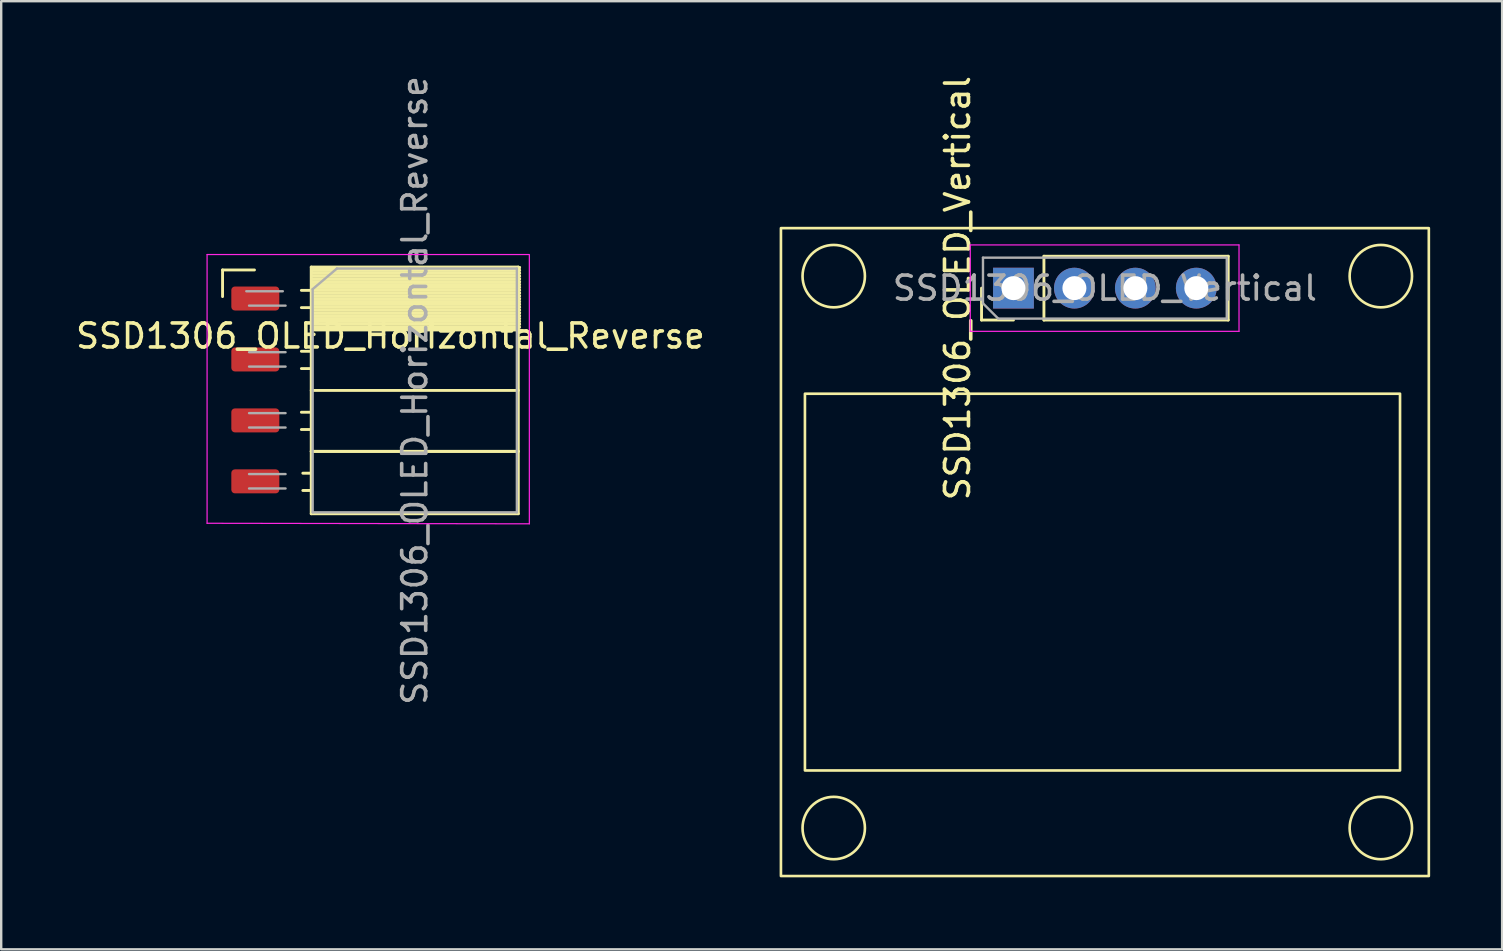
<source format=kicad_pcb>
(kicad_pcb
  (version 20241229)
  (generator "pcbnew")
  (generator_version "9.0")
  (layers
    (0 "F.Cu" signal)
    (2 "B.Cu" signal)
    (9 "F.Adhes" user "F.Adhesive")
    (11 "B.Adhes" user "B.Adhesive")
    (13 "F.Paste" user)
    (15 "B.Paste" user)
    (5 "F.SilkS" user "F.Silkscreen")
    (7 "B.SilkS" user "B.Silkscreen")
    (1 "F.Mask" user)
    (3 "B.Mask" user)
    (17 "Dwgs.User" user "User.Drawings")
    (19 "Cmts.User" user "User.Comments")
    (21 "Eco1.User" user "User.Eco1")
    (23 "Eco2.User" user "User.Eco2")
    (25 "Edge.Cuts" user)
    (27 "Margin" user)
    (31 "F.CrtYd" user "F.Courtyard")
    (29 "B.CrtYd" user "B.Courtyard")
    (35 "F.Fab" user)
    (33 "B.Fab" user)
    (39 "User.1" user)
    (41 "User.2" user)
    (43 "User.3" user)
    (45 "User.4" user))
  (footprint "SSD1306_OLED_Vertical"
    (layer "F.Cu")
    (at 42.995 8.958)
    (property "Reference" "SSD1306_OLED_Vertical" (at -6.14 0 90) (layer "F.SilkS") (effects (font (size 1 1) (thickness 0.15))))
    (attr through_hole)
    (fp_line (start -5.14 1.33) (end -5.14 0) (stroke (width 0.12) (type solid)) (layer "F.SilkS"))
    (fp_line (start -3.81 1.33) (end -5.14 1.33) (stroke (width 0.12) (type solid)) (layer "F.SilkS"))
    (fp_line (start -2.54 -1.33) (end 5.14 -1.33) (stroke (width 0.12) (type solid)) (layer "F.SilkS"))
    (fp_line (start -2.54 1.33) (end -2.54 -1.33) (stroke (width 0.12) (type solid)) (layer "F.SilkS"))
    (fp_line (start -2.54 1.33) (end 5.14 1.33) (stroke (width 0.12) (type solid)) (layer "F.SilkS"))
    (fp_line (start 5.14 1.33) (end 5.14 -1.33) (stroke (width 0.12) (type solid)) (layer "F.SilkS"))
    (fp_rect (start -13.5 -2.5) (end 13.5 24.5) (stroke (width 0.11) (type default)) (fill no) (layer "F.SilkS"))
    (fp_rect (start -12.5 4.4) (end 12.3 20.1) (stroke (width 0.11) (type default)) (fill no) (layer "F.SilkS"))
    (fp_circle (center -11.3 -0.5) (end -10.1 -1) (stroke (width 0.11) (type default)) (fill no) (layer "F.SilkS"))
    (fp_circle (center -11.3 22.5) (end -10.1 22) (stroke (width 0.11) (type default)) (fill no) (layer "F.SilkS"))
    (fp_circle (center 11.5 -0.5) (end 12.7 -1) (stroke (width 0.11) (type default)) (fill no) (layer "F.SilkS"))
    (fp_circle (center 11.5 22.5) (end 12.7 22) (stroke (width 0.11) (type default)) (fill no) (layer "F.SilkS"))
    (fp_line (start -5.61 -1.8) (end -5.61 1.8) (stroke (width 0.05) (type solid)) (layer "F.CrtYd"))
    (fp_line (start -5.61 1.8) (end 5.59 1.8) (stroke (width 0.05) (type solid)) (layer "F.CrtYd"))
    (fp_line (start 5.59 -1.8) (end -5.61 -1.8) (stroke (width 0.05) (type solid)) (layer "F.CrtYd"))
    (fp_line (start 5.59 1.8) (end 5.59 -1.8) (stroke (width 0.05) (type solid)) (layer "F.CrtYd"))
    (fp_line (start -5.08 -1.27) (end 5.08 -1.27) (stroke (width 0.1) (type solid)) (layer "F.Fab"))
    (fp_line (start -5.08 0.635) (end -5.08 -1.27) (stroke (width 0.1) (type solid)) (layer "F.Fab"))
    (fp_line (start -4.445 1.27) (end -5.08 0.635) (stroke (width 0.1) (type solid)) (layer "F.Fab"))
    (fp_line (start 5.08 -1.27) (end 5.08 1.27) (stroke (width 0.1) (type solid)) (layer "F.Fab"))
    (fp_line (start 5.08 1.27) (end -4.445 1.27) (stroke (width 0.1) (type solid)) (layer "F.Fab"))
    (fp_text user "${REFERENCE}" (at 0 0 180) (layer "F.Fab") (effects (font (size 1 1) (thickness 0.15))))
    (pad "1" thru_hole rect (at -3.81 0 90) (size 1.7 1.7) (drill 1) (layers "*.Cu" "*.Mask"))
    (pad "2" thru_hole oval (at -1.27 0 90) (size 1.7 1.7) (drill 1) (layers "*.Cu" "*.Mask"))
    (pad "3" thru_hole oval (at 1.27 0 90) (size 1.7 1.7) (drill 1) (layers "*.Cu" "*.Mask"))
    (pad "4" thru_hole oval (at 3.81 0 90) (size 1.7 1.7) (drill 1) (layers "*.Cu" "*.Mask")))
  (footprint "SSD1306_OLED_Horizontal_Reverse"
    (layer "F.Cu")
    (at 7.59 13.2)
    (property "Reference" "SSD1306_OLED_Horizontal_Reverse" (at 5.63 -2.247 0) (layer "F.SilkS") (effects (font (size 1 1) (thickness 0.15))))
    (attr through_hole)
    (fp_line (start -1.365 -5) (end -0.035 -5) (stroke (width 0.12) (type solid)) (layer "F.SilkS"))
    (fp_line (start -1.365 -3.89) (end -1.365 -5) (stroke (width 0.12) (type solid)) (layer "F.SilkS"))
    (fp_line (start 2.33 -4.15) (end 1.92 -4.15) (stroke (width 0.12) (type solid)) (layer "F.SilkS"))
    (fp_line (start 2.33 -3.43) (end 1.92 -3.43) (stroke (width 0.12) (type solid)) (layer "F.SilkS"))
    (fp_line (start 2.33 -1.61) (end 1.92 -1.61) (stroke (width 0.12) (type solid)) (layer "F.SilkS"))
    (fp_line (start 2.33 -0.89) (end 1.92 -0.89) (stroke (width 0.12) (type solid)) (layer "F.SilkS"))
    (fp_line (start 2.33 0.93) (end 1.92 0.93) (stroke (width 0.12) (type solid)) (layer "F.SilkS"))
    (fp_line (start 2.33 1.65) (end 1.92 1.65) (stroke (width 0.12) (type solid)) (layer "F.SilkS"))
    (fp_line (start 2.33 3.47) (end 1.98 3.47) (stroke (width 0.12) (type solid)) (layer "F.SilkS"))
    (fp_line (start 2.33 4.19) (end 1.98 4.19) (stroke (width 0.12) (type solid)) (layer "F.SilkS"))
    (fp_line (start 2.33 5.16) (end 2.33 -5.12) (stroke (width 0.12) (type solid)) (layer "F.SilkS"))
    (fp_line (start 10.96 -5.12) (end 2.33 -5.12) (stroke (width 0.12) (type solid)) (layer "F.SilkS"))
    (fp_line (start 10.96 -2.52) (end 2.33 -2.52) (stroke (width 0.12) (type solid)) (layer "F.SilkS"))
    (fp_line (start 10.96 0.02) (end 2.33 0.02) (stroke (width 0.12) (type solid)) (layer "F.SilkS"))
    (fp_line (start 10.96 2.56) (end 2.33 2.56) (stroke (width 0.12) (type solid)) (layer "F.SilkS"))
    (fp_line (start 10.96 2.56) (end 2.33 2.56) (stroke (width 0.12) (type solid)) (layer "F.SilkS"))
    (fp_line (start 10.96 5.16) (end 2.33 5.16) (stroke (width 0.12) (type solid)) (layer "F.SilkS"))
    (fp_line (start 10.96 5.16) (end 10.96 -5.12) (stroke (width 0.12) (type solid)) (layer "F.SilkS"))
    (fp_line (start 11.015 -5.1) (end 2.385 -5.1) (stroke (width 0.12) (type solid)) (layer "F.SilkS"))
    (fp_line (start 11.015 -5.1) (end 2.385 -5.1) (stroke (width 0.12) (type solid)) (layer "F.SilkS"))
    (fp_line (start 11.015 -4.982) (end 2.385 -4.982) (stroke (width 0.12) (type solid)) (layer "F.SilkS"))
    (fp_line (start 11.015 -4.982) (end 2.385 -4.982) (stroke (width 0.12) (type solid)) (layer "F.SilkS"))
    (fp_line (start 11.015 -4.864) (end 2.385 -4.864) (stroke (width 0.12) (type solid)) (layer "F.SilkS"))
    (fp_line (start 11.015 -4.864) (end 2.385 -4.864) (stroke (width 0.12) (type solid)) (layer "F.SilkS"))
    (fp_line (start 11.015 -4.746) (end 2.385 -4.746) (stroke (width 0.12) (type solid)) (layer "F.SilkS"))
    (fp_line (start 11.015 -4.746) (end 2.385 -4.746) (stroke (width 0.12) (type solid)) (layer "F.SilkS"))
    (fp_line (start 11.015 -4.628) (end 2.385 -4.628) (stroke (width 0.12) (type solid)) (layer "F.SilkS"))
    (fp_line (start 11.015 -4.628) (end 2.385 -4.628) (stroke (width 0.12) (type solid)) (layer "F.SilkS"))
    (fp_line (start 11.015 -4.51) (end 2.385 -4.51) (stroke (width 0.12) (type solid)) (layer "F.SilkS"))
    (fp_line (start 11.015 -4.51) (end 2.385 -4.51) (stroke (width 0.12) (type solid)) (layer "F.SilkS"))
    (fp_line (start 11.015 -4.391) (end 2.385 -4.391) (stroke (width 0.12) (type solid)) (layer "F.SilkS"))
    (fp_line (start 11.015 -4.391) (end 2.385 -4.391) (stroke (width 0.12) (type solid)) (layer "F.SilkS"))
    (fp_line (start 11.015 -4.273) (end 2.385 -4.273) (stroke (width 0.12) (type solid)) (layer "F.SilkS"))
    (fp_line (start 11.015 -4.273) (end 2.385 -4.273) (stroke (width 0.12) (type solid)) (layer "F.SilkS"))
    (fp_line (start 11.015 -4.155) (end 2.385 -4.155) (stroke (width 0.12) (type solid)) (layer "F.SilkS"))
    (fp_line (start 11.015 -4.155) (end 2.385 -4.155) (stroke (width 0.12) (type solid)) (layer "F.SilkS"))
    (fp_line (start 11.015 -4.037) (end 2.385 -4.037) (stroke (width 0.12) (type solid)) (layer "F.SilkS"))
    (fp_line (start 11.015 -4.037) (end 2.385 -4.037) (stroke (width 0.12) (type solid)) (layer "F.SilkS"))
    (fp_line (start 11.015 -3.919) (end 2.385 -3.919) (stroke (width 0.12) (type solid)) (layer "F.SilkS"))
    (fp_line (start 11.015 -3.919) (end 2.385 -3.919) (stroke (width 0.12) (type solid)) (layer "F.SilkS"))
    (fp_line (start 11.015 -3.801) (end 2.385 -3.801) (stroke (width 0.12) (type solid)) (layer "F.SilkS"))
    (fp_line (start 11.015 -3.801) (end 2.385 -3.801) (stroke (width 0.12) (type solid)) (layer "F.SilkS"))
    (fp_line (start 11.015 -3.683) (end 2.385 -3.683) (stroke (width 0.12) (type solid)) (layer "F.SilkS"))
    (fp_line (start 11.015 -3.683) (end 2.385 -3.683) (stroke (width 0.12) (type solid)) (layer "F.SilkS"))
    (fp_line (start 11.015 -3.565) (end 2.385 -3.565) (stroke (width 0.12) (type solid)) (layer "F.SilkS"))
    (fp_line (start 11.015 -3.565) (end 2.385 -3.565) (stroke (width 0.12) (type solid)) (layer "F.SilkS"))
    (fp_line (start 11.015 -3.447) (end 2.385 -3.447) (stroke (width 0.12) (type solid)) (layer "F.SilkS"))
    (fp_line (start 11.015 -3.447) (end 2.385 -3.447) (stroke (width 0.12) (type solid)) (layer "F.SilkS"))
    (fp_line (start 11.015 -3.329) (end 2.385 -3.329) (stroke (width 0.12) (type solid)) (layer "F.SilkS"))
    (fp_line (start 11.015 -3.329) (end 2.385 -3.329) (stroke (width 0.12) (type solid)) (layer "F.SilkS"))
    (fp_line (start 11.015 -3.21) (end 2.385 -3.21) (stroke (width 0.12) (type solid)) (layer "F.SilkS"))
    (fp_line (start 11.015 -3.21) (end 2.385 -3.21) (stroke (width 0.12) (type solid)) (layer "F.SilkS"))
    (fp_line (start 11.015 -3.092) (end 2.385 -3.092) (stroke (width 0.12) (type solid)) (layer "F.SilkS"))
    (fp_line (start 11.015 -3.092) (end 2.385 -3.092) (stroke (width 0.12) (type solid)) (layer "F.SilkS"))
    (fp_line (start 11.015 -2.974) (end 2.385 -2.974) (stroke (width 0.12) (type solid)) (layer "F.SilkS"))
    (fp_line (start 11.015 -2.974) (end 2.385 -2.974) (stroke (width 0.12) (type solid)) (layer "F.SilkS"))
    (fp_line (start 11.015 -2.856) (end 2.385 -2.856) (stroke (width 0.12) (type solid)) (layer "F.SilkS"))
    (fp_line (start 11.015 -2.856) (end 2.385 -2.856) (stroke (width 0.12) (type solid)) (layer "F.SilkS"))
    (fp_line (start 11.015 -2.738) (end 2.385 -2.738) (stroke (width 0.12) (type solid)) (layer "F.SilkS"))
    (fp_line (start 11.015 -2.738) (end 2.385 -2.738) (stroke (width 0.12) (type solid)) (layer "F.SilkS"))
    (fp_line (start 11.015 -2.62) (end 2.385 -2.62) (stroke (width 0.12) (type solid)) (layer "F.SilkS"))
    (fp_line (start 11.015 -2.5) (end 2.385 -2.5) (stroke (width 0.12) (type solid)) (layer "F.SilkS"))
    (fp_line (start -2.01 -5.643) (end -2.01 5.557) (stroke (width 0.05) (type solid)) (layer "F.CrtYd"))
    (fp_line (start -2.01 5.557) (end 11.42 5.58) (stroke (width 0.05) (type solid)) (layer "F.CrtYd"))
    (fp_line (start 11.42 -5.643) (end -2.01 -5.643) (stroke (width 0.05) (type solid)) (layer "F.CrtYd"))
    (fp_line (start 11.42 5.58) (end 11.42 -5.62) (stroke (width 0.05) (type solid)) (layer "F.CrtYd"))
    (fp_line (start -0.26 -3.513) (end 1.26 -3.513) (stroke (width 0.1) (type solid)) (layer "F.Fab"))
    (fp_line (start -0.26 -0.973) (end 1.26 -0.973) (stroke (width 0.1) (type solid)) (layer "F.Fab"))
    (fp_line (start -0.26 1.567) (end 1.26 1.567) (stroke (width 0.1) (type solid)) (layer "F.Fab"))
    (fp_line (start -0.26 4.107) (end 1.26 4.107) (stroke (width 0.1) (type solid)) (layer "F.Fab"))
    (fp_line (start 1.145 -4.113) (end -0.375 -4.113) (stroke (width 0.1) (type solid)) (layer "F.Fab"))
    (fp_line (start 1.26 -1.573) (end -0.26 -1.573) (stroke (width 0.1) (type solid)) (layer "F.Fab"))
    (fp_line (start 1.26 0.967) (end -0.26 0.967) (stroke (width 0.1) (type solid)) (layer "F.Fab"))
    (fp_line (start 1.26 3.507) (end -0.26 3.507) (stroke (width 0.1) (type solid)) (layer "F.Fab"))
    (fp_line (start 2.39 -4.2) (end 3.4 -5.06) (stroke (width 0.1) (type default)) (layer "F.Fab"))
    (fp_line (start 2.39 5.1) (end 2.39 -4.2) (stroke (width 0.1) (type solid)) (layer "F.Fab"))
    (fp_line (start 3.4 -5.06) (end 10.9 -5.06) (stroke (width 0.1) (type solid)) (layer "F.Fab"))
    (fp_line (start 10.9 -5.06) (end 10.9 5.1) (stroke (width 0.1) (type solid)) (layer "F.Fab"))
    (fp_line (start 10.9 5.1) (end 2.39 5.1) (stroke (width 0.1) (type solid)) (layer "F.Fab"))
    (fp_text user "${REFERENCE}" (at 6.645 0.02 270) (layer "F.Fab") (effects (font (size 1 1) (thickness 0.15))))
    (pad "1" smd roundrect (at 0 -3.81) (size 2 1) (layers "F.Cu" "F.Mask" "F.Paste") (roundrect_rratio 0.15))
    (pad "2" smd roundrect (at 0 -1.27) (size 2 1) (layers "F.Cu" "F.Mask" "F.Paste") (roundrect_rratio 0.15))
    (pad "3" smd roundrect (at 0 1.27) (size 2 1) (layers "F.Cu" "F.Mask" "F.Paste") (roundrect_rratio 0.15))
    (pad "4" smd roundrect (at 0 3.81) (size 2 1) (layers "F.Cu" "F.Mask" "F.Paste") (roundrect_rratio 0.15)))
  (gr_rect
    (start -3 -3)
    (end 59.55 36.513)
    (stroke (width 0.1) (type default))
    (fill no)
    (layer "Edge.Cuts")))
</source>
